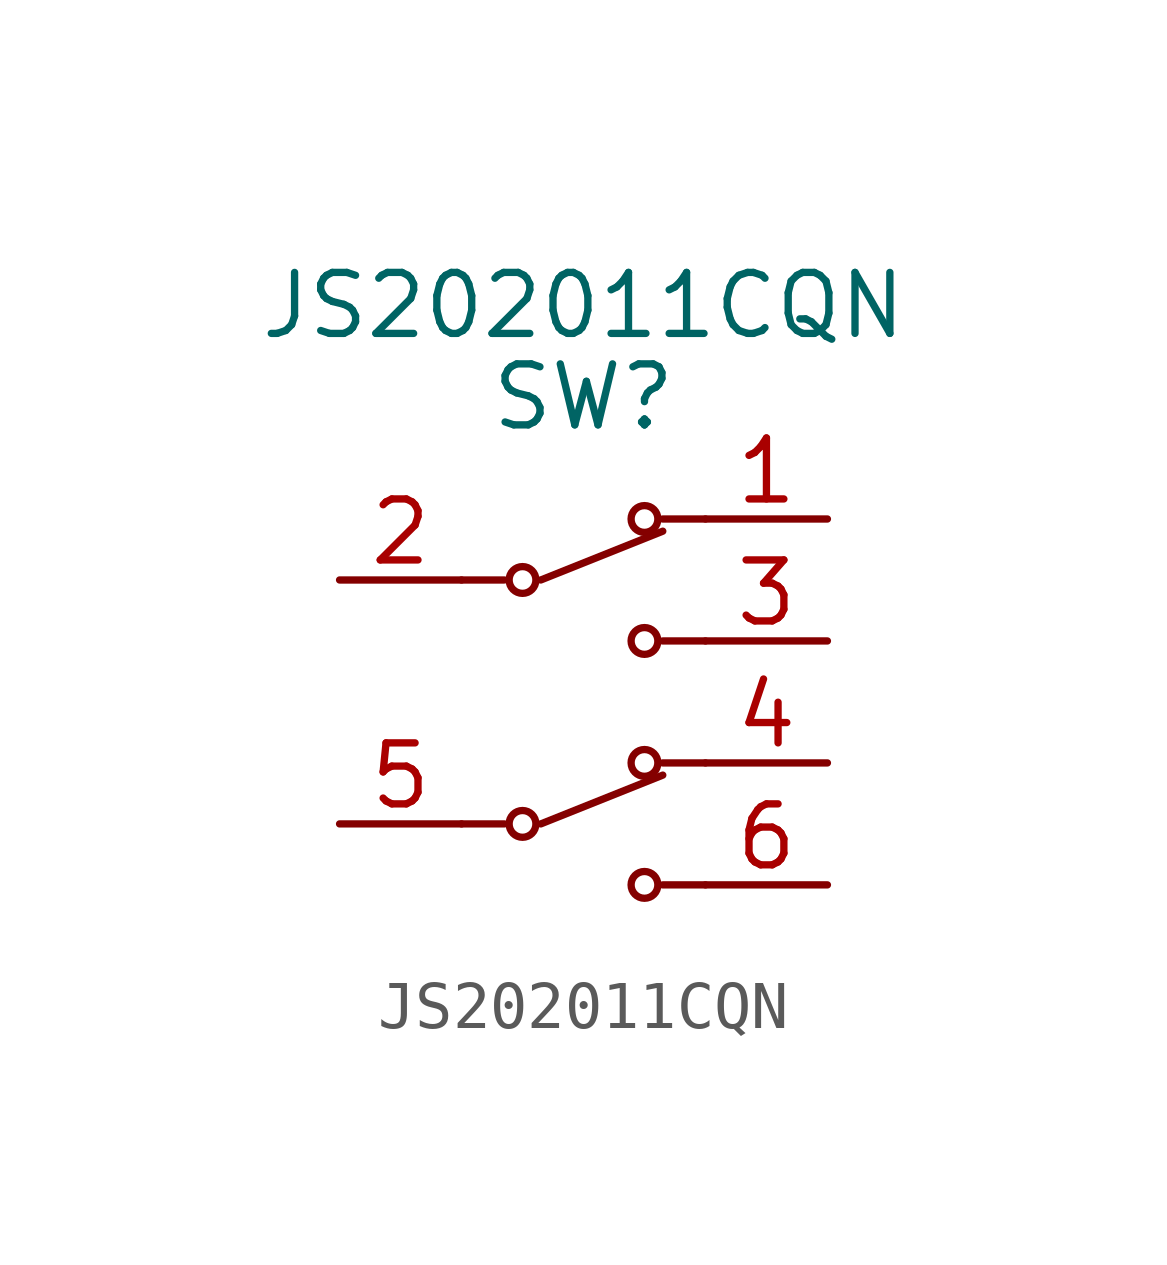
<source format=kicad_sym>
(kicad_symbol_lib
  (version 20231120)
  (generator "kicad_symbol_editor")
  (generator_version "8.0")
  (symbol "JS202011CQN"
    (pin_names
      (offset 1.016))
    (property "Reference" "SW"
      (at 0 0 0)
      (effects (font (size 1.27 1.27))))
    (property "Value" "JS202011CQN"
      (at 0 1.905 0)
      (effects (font (size 1.27 1.27))))
    (symbol "JS202011CQN_0_1"
      (circle (center -1.27 -8.89) (radius 0.279) (stroke (width 0) (type solid)) (fill (type none)))
      (circle (center -1.27 -3.81) (radius 0.279) (stroke (width 0) (type solid)) (fill (type none)))
      (polyline (pts (xy -2.54 -8.89) (xy -1.651 -8.89)) (stroke (width 0) (type solid)) (fill (type none)))
      (polyline (pts (xy -2.54 -3.81) (xy -1.651 -3.81)) (stroke (width 0) (type solid)) (fill (type none)))
      (polyline (pts (xy -0.889 -8.89) (xy 1.651 -7.874)) (stroke (width 0) (type solid)) (fill (type none)))
      (polyline (pts (xy -0.889 -3.81) (xy 1.651 -2.794)) (stroke (width 0) (type solid)) (fill (type none)))
      (polyline (pts (xy 2.54 -10.16) (xy 1.651 -10.16)) (stroke (width 0) (type solid)) (fill (type none)))
      (polyline (pts (xy 2.54 -7.62) (xy 1.651 -7.62)) (stroke (width 0) (type solid)) (fill (type none)))
      (polyline (pts (xy 2.54 -5.08) (xy 1.651 -5.08)) (stroke (width 0) (type solid)) (fill (type none)))
      (polyline (pts (xy 2.54 -2.54) (xy 1.651 -2.54)) (stroke (width 0) (type solid)) (fill (type none)))
      (circle (center 1.27 -10.16) (radius 0.279) (stroke (width 0) (type solid)) (fill (type none)))
      (circle (center 1.27 -7.62) (radius 0.279) (stroke (width 0) (type solid)) (fill (type none)))
      (circle (center 1.27 -5.08) (radius 0.279) (stroke (width 0) (type solid)) (fill (type none)))
      (circle (center 1.27 -2.54) (radius 0.279) (stroke (width 0) (type solid)) (fill (type none))))
    (symbol "JS202011CQN_1_1"
      (pin passive line (at 5.08 -2.54 180) (length 2.54) (name "~" (effects (font (size 1.27 1.27)))) (number "1" (effects (font (size 1.27 1.27)))))
      (pin passive line (at -5.08 -3.81 0) (length 2.54) (name "~" (effects (font (size 1.27 1.27)))) (number "2" (effects (font (size 1.27 1.27)))))
      (pin passive line (at 5.08 -5.08 180) (length 2.54) (name "~" (effects (font (size 1.27 1.27)))) (number "3" (effects (font (size 1.27 1.27)))))
      (pin passive line (at 5.08 -7.62 180) (length 2.54) (name "~" (effects (font (size 1.27 1.27)))) (number "4" (effects (font (size 1.27 1.27)))))
      (pin passive line (at -5.08 -8.89 0) (length 2.54) (name "~" (effects (font (size 1.27 1.27)))) (number "5" (effects (font (size 1.27 1.27)))))
      (pin passive line (at 5.08 -10.16 180) (length 2.54) (name "~" (effects (font (size 1.27 1.27)))) (number "6" (effects (font (size 1.27 1.27))))))))
</source>
